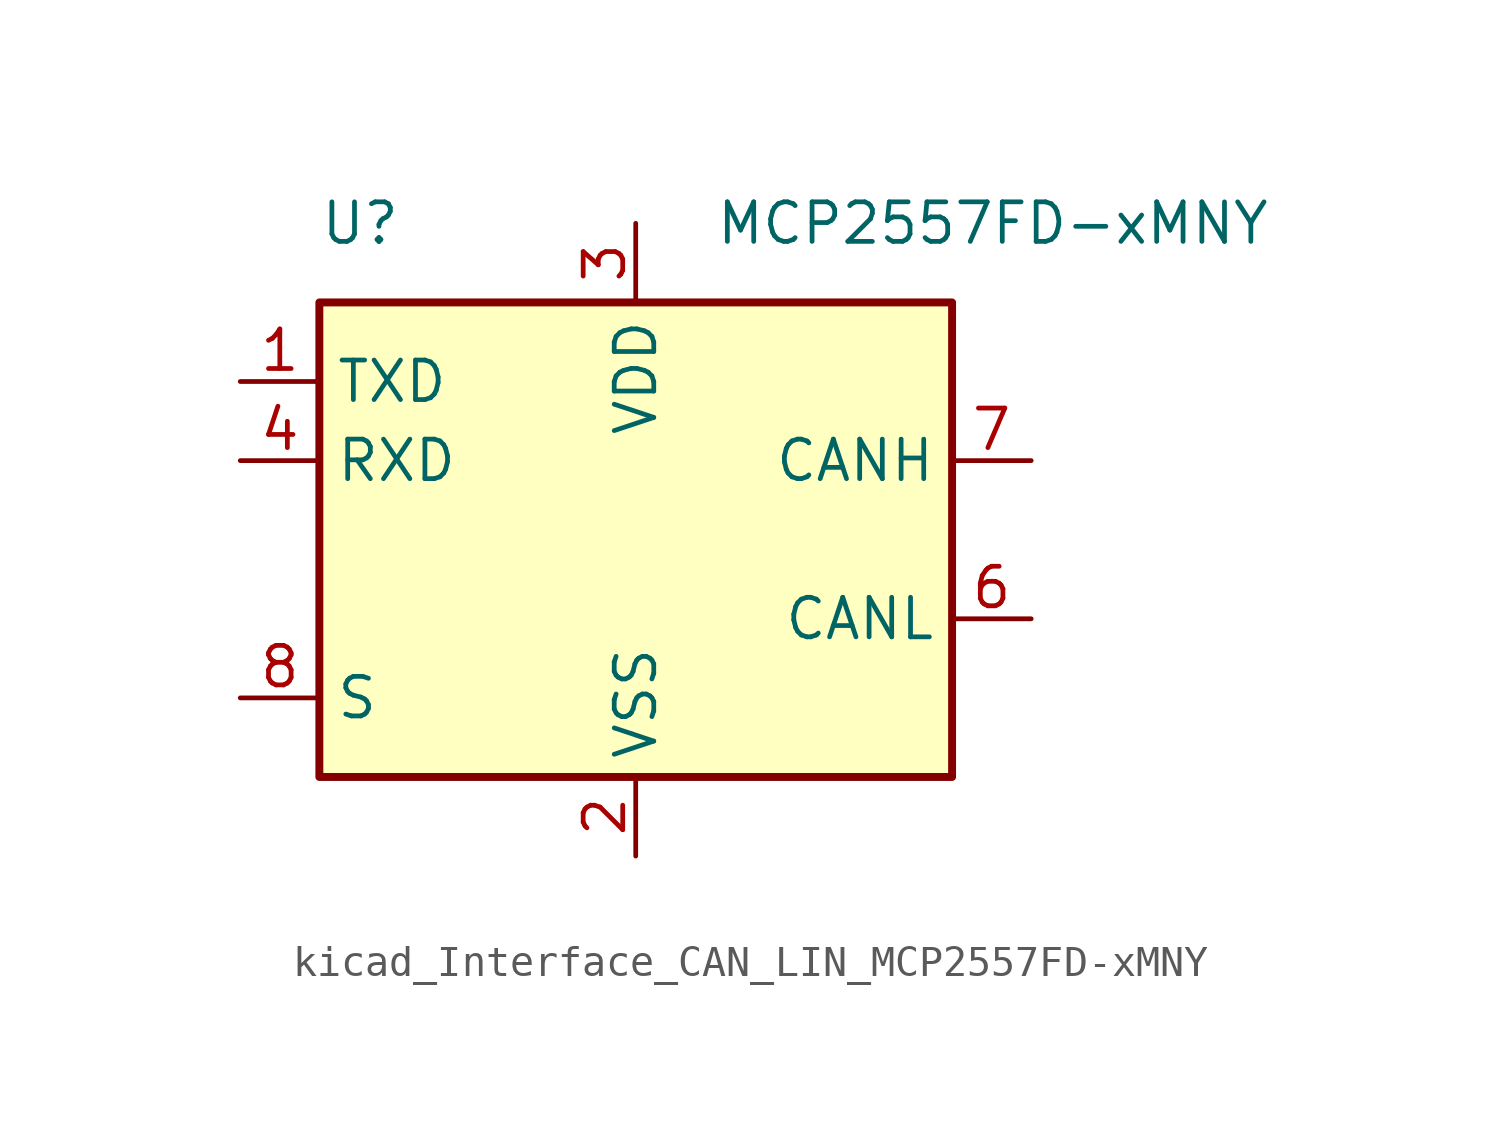
<source format=kicad_sym>
(kicad_symbol_lib
  (version 20220914)
  (generator kicad_symbol_editor)
  (symbol "kicad_Interface_CAN_LIN_MCP2557FD-xMNY"
    (property "Reference" "U"
      (at -10.16 10.16 0)
      (effects (font (size 1.27 1.27)) (justify left)))
    (property "Value" "MCP2557FD-xMNY"
      (at 2.54 10.16 0)
      (effects (font (size 1.27 1.27)) (justify left)))
    (symbol "kicad_Interface_CAN_LIN_MCP2557FD-xMNY_0_1"
      (rectangle (start -10.16 7.62) (end 10.16 -7.62) (stroke (width 0.254) (type default)) (fill (type background))))
    (symbol "kicad_Interface_CAN_LIN_MCP2557FD-xMNY_1_1"
      (pin input line (at -12.7 5.08 0) (length 2.54) (name "TXD" (effects (font (size 1.27 1.27)))) (number "1" (effects (font (size 1.27 1.27)))))
      (pin power_in line (at 0 -10.16 90) (length 2.54) (name "VSS" (effects (font (size 1.27 1.27)))) (number "2" (effects (font (size 1.27 1.27)))))
      (pin power_in line (at 0 10.16 270) (length 2.54) (name "VDD" (effects (font (size 1.27 1.27)))) (number "3" (effects (font (size 1.27 1.27)))))
      (pin output line (at -12.7 2.54 0) (length 2.54) (name "RXD" (effects (font (size 1.27 1.27)))) (number "4" (effects (font (size 1.27 1.27)))))
      (pin no_connect line (at -10.16 -2.54 0) (length 2.54) hide (name "NC" (effects (font (size 1.27 1.27)))) (number "5" (effects (font (size 1.27 1.27)))))
      (pin bidirectional line (at 12.7 -2.54 180) (length 2.54) (name "CANL" (effects (font (size 1.27 1.27)))) (number "6" (effects (font (size 1.27 1.27)))))
      (pin bidirectional line (at 12.7 2.54 180) (length 2.54) (name "CANH" (effects (font (size 1.27 1.27)))) (number "7" (effects (font (size 1.27 1.27)))))
      (pin input line (at -12.7 -5.08 0) (length 2.54) (name "S" (effects (font (size 1.27 1.27)))) (number "8" (effects (font (size 1.27 1.27)))))
      (pin passive line (at 0 -10.16 90) (length 2.54) hide (name "VSS" (effects (font (size 1.27 1.27)))) (number "9" (effects (font (size 1.27 1.27))))))))
</source>
